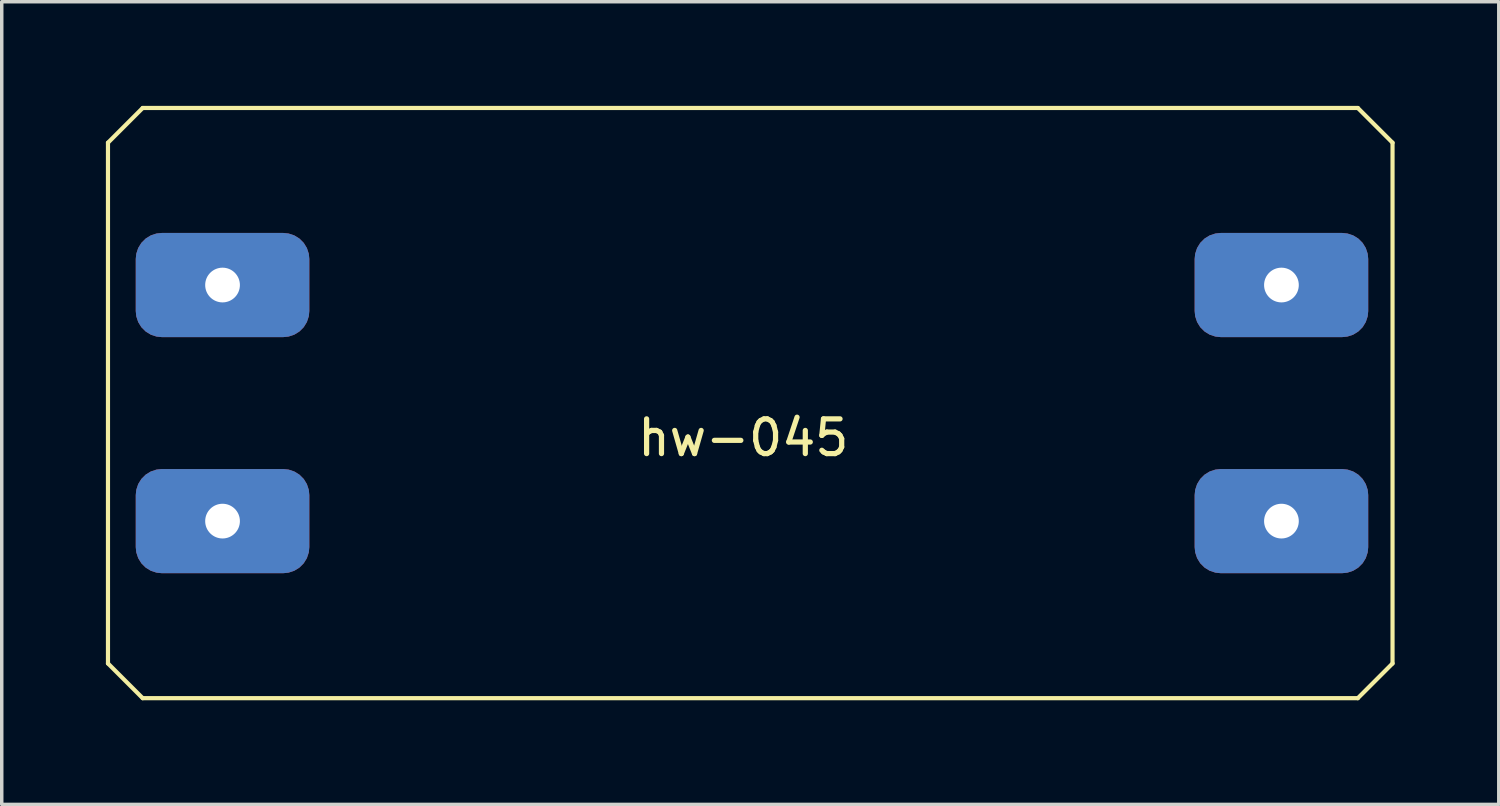
<source format=kicad_pcb>
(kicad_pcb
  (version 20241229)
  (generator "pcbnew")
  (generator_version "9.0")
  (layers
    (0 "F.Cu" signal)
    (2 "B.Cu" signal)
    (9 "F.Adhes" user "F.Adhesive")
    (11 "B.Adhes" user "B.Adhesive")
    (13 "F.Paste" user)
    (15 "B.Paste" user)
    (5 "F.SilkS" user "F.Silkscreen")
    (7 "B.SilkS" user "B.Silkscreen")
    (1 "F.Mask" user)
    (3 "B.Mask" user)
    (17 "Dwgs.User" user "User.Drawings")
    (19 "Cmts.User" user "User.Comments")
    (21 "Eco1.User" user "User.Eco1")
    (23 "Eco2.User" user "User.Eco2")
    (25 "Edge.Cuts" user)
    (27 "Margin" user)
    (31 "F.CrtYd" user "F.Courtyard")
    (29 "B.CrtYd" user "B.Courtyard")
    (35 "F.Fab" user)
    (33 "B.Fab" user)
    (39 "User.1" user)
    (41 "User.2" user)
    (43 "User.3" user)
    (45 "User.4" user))
  (footprint "hw-045"
    (layer "F.Cu")
    (at 18.36 9.06)
    (property "Reference" "hw-045" (at 0 0.5 0) (layer "F.SilkS") (effects (font (size 1 1) (thickness 0.15))))
    (attr through_hole)
    (fp_line (start -18.3 -8) (end -17.3 -9) (stroke (width 0.12) (type solid)) (layer "F.SilkS"))
    (fp_line (start -18.3 7) (end -18.3 -8) (stroke (width 0.12) (type solid)) (layer "F.SilkS"))
    (fp_line (start -18.3 7) (end -17.3 8) (stroke (width 0.12) (type solid)) (layer "F.SilkS"))
    (fp_line (start -17.3 -9) (end 17.7 -9) (stroke (width 0.12) (type solid)) (layer "F.SilkS"))
    (fp_line (start -17.3 8) (end 17.7 8) (stroke (width 0.12) (type solid)) (layer "F.SilkS"))
    (fp_line (start 17.7 8) (end 18.7 7) (stroke (width 0.12) (type solid)) (layer "F.SilkS"))
    (fp_line (start 18.7 -8) (end 17.7 -9) (stroke (width 0.12) (type solid)) (layer "F.SilkS"))
    (fp_line (start 18.7 7) (end 18.7 -8) (stroke (width 0.12) (type solid)) (layer "F.SilkS"))
    (pad "1" thru_hole roundrect (at -15 2.9) (size 5 3) (drill 1) (layers "*.Cu" "*.Mask") (roundrect_rratio 0.25))
    (pad "2" thru_hole roundrect (at -15 -3.9) (size 5 3) (drill 1) (layers "*.Cu" "*.Mask") (roundrect_rratio 0.25))
    (pad "3" thru_hole roundrect (at 15.5 -3.9) (size 5 3) (drill 1) (layers "*.Cu" "*.Mask") (roundrect_rratio 0.25))
    (pad "4" thru_hole roundrect (at 15.5 2.9) (size 5 3) (drill 1) (layers "*.Cu" "*.Mask") (roundrect_rratio 0.25)))
  (gr_rect
    (start -3 -3)
    (end 40.12 20.12)
    (stroke (width 0.1) (type default))
    (fill no)
    (layer "Edge.Cuts")))
</source>
